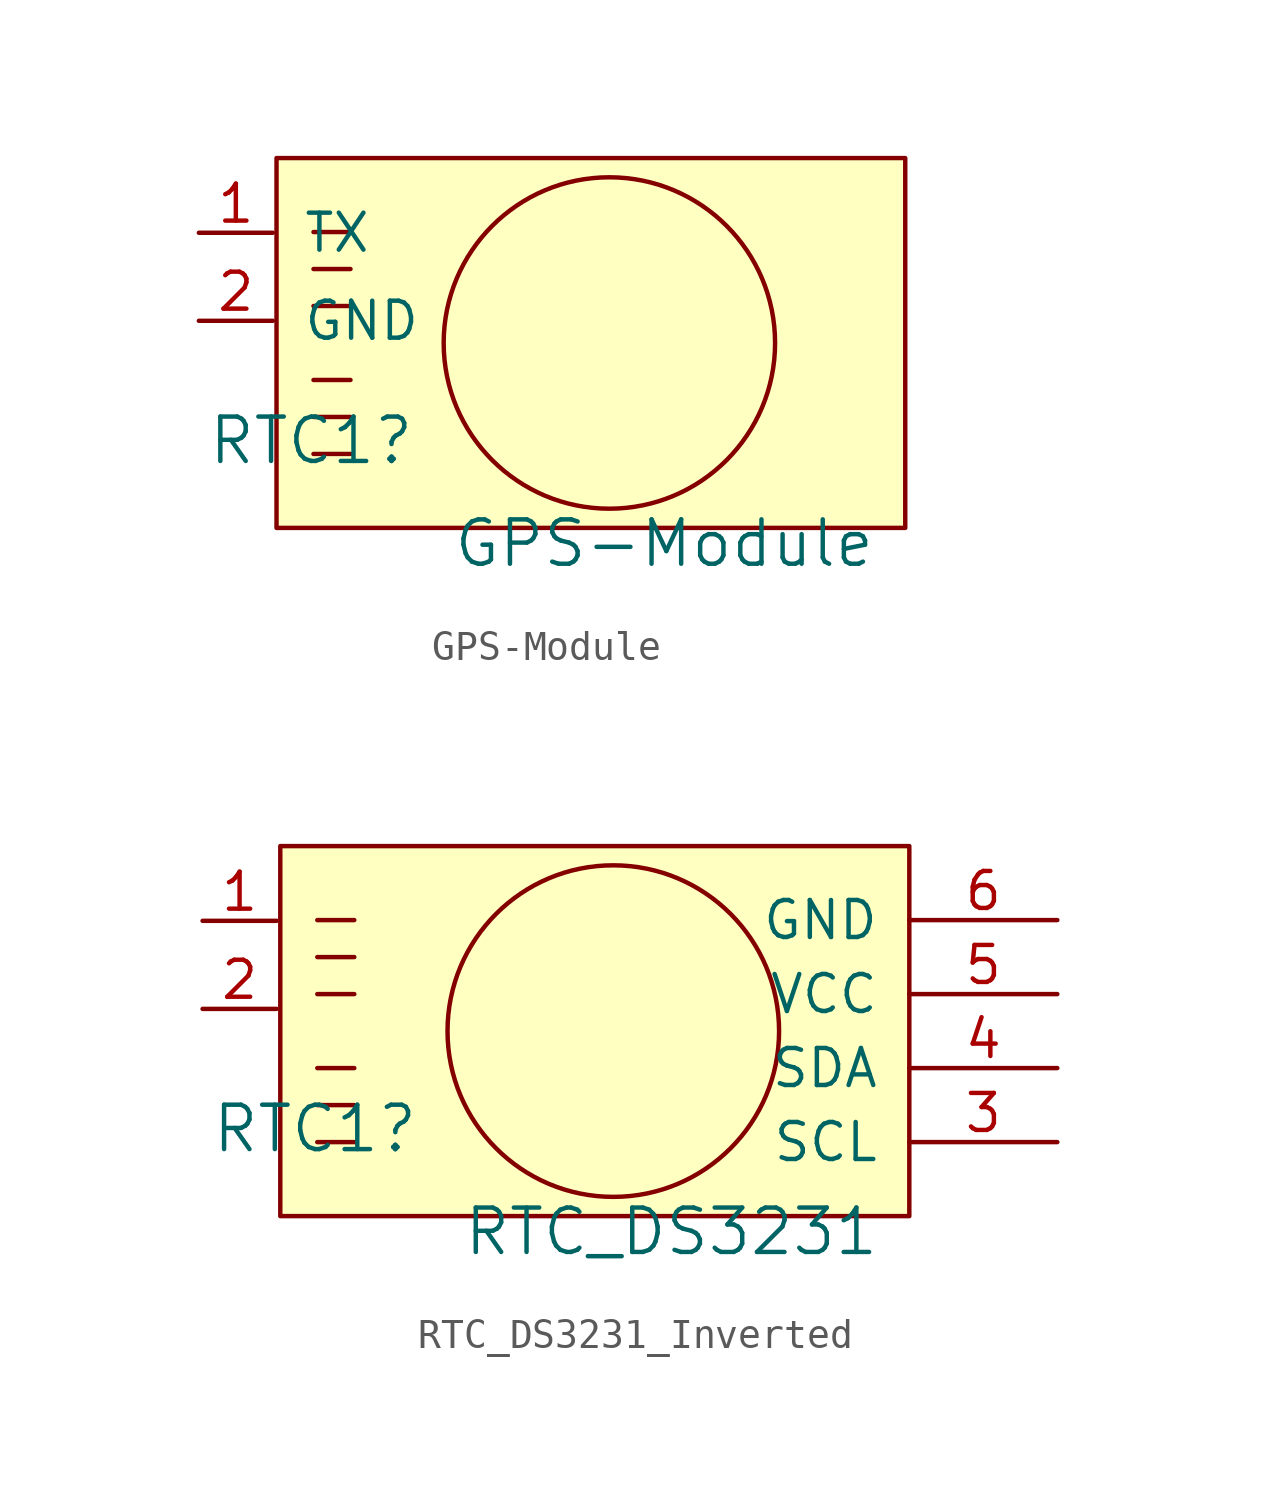
<source format=kicad_sym>
(kicad_symbol_lib
  (version 20211014)
  (generator kicad_symbol_editor)
  (symbol "GPS-Module"
    (pin_names
      (offset 1.016))
    (property "Reference" "RTC1"
      (at -6.655 -2.083 0)
      (effects (font (size 1.524 1.524)) (justify right)))
    (property "Value" "GPS-Module"
      (at 9.169 -5.613 0)
      (effects (font (size 1.524 1.524)) (justify right)))
    (symbol "GPS-Module_0_1"
      (rectangle (start -11.43 7.62) (end 10.16 -5.08) (stroke (width 0) (type default) (color 0 0 0 0)) (fill (type background)))
      (polyline (pts (xy -10.16 -2.54) (xy -8.89 -2.54)) (stroke (width 0) (type default) (color 0 0 0 0)) (fill (type none)))
      (polyline (pts (xy -10.16 -1.27) (xy -8.89 -1.27)) (stroke (width 0) (type default) (color 0 0 0 0)) (fill (type none)))
      (polyline (pts (xy -10.16 0) (xy -8.89 0)) (stroke (width 0) (type default) (color 0 0 0 0)) (fill (type none)))
      (polyline (pts (xy -10.16 2.54) (xy -8.89 2.54)) (stroke (width 0) (type default) (color 0 0 0 0)) (fill (type none)))
      (polyline (pts (xy -10.16 3.81) (xy -8.89 3.81)) (stroke (width 0) (type default) (color 0 0 0 0)) (fill (type none)))
      (polyline (pts (xy -10.16 5.08) (xy -8.89 5.08)) (stroke (width 0) (type default) (color 0 0 0 0)) (fill (type none)))
      (circle (center 0 1.27) (radius 5.69) (stroke (width 0) (type default) (color 0 0 0 0)) (fill (type none))))
    (symbol "GPS-Module_1_1"
      (pin output line (at -14.097 5.055 0) (length 2.54) (name "TX" (effects (font (size 1.27 1.27)))) (number "1" (effects (font (size 1.27 1.27)))))
      (pin power_in line (at -14.097 2.032 0) (length 2.54) (name "GND" (effects (font (size 1.27 1.27)))) (number "2" (effects (font (size 1.27 1.27)))))))
  (symbol "RTC_DS3231_Inverted"
    (pin_names
      (offset 1.016))
    (property "Reference" "RTC1"
      (at -6.655 -2.083 0)
      (effects (font (size 1.524 1.524)) (justify right)))
    (property "Value" "RTC_DS3231"
      (at 9.169 -5.613 0)
      (effects (font (size 1.524 1.524)) (justify right)))
    (symbol "RTC_DS3231_Inverted_0_1"
      (rectangle (start -11.43 7.62) (end 10.16 -5.08) (stroke (width 0) (type default) (color 0 0 0 0)) (fill (type background)))
      (polyline (pts (xy -10.16 -2.54) (xy -8.89 -2.54)) (stroke (width 0) (type default) (color 0 0 0 0)) (fill (type none)))
      (polyline (pts (xy -10.16 -1.27) (xy -8.89 -1.27)) (stroke (width 0) (type default) (color 0 0 0 0)) (fill (type none)))
      (polyline (pts (xy -10.16 0) (xy -8.89 0)) (stroke (width 0) (type default) (color 0 0 0 0)) (fill (type none)))
      (polyline (pts (xy -10.16 2.54) (xy -8.89 2.54)) (stroke (width 0) (type default) (color 0 0 0 0)) (fill (type none)))
      (polyline (pts (xy -10.16 3.81) (xy -8.89 3.81)) (stroke (width 0) (type default) (color 0 0 0 0)) (fill (type none)))
      (polyline (pts (xy -10.16 5.08) (xy -8.89 5.08)) (stroke (width 0) (type default) (color 0 0 0 0)) (fill (type none)))
      (circle (center 0 1.27) (radius 5.69) (stroke (width 0) (type default) (color 0 0 0 0)) (fill (type none))))
    (symbol "RTC_DS3231_Inverted_1_1"
      (pin free line (at -14.097 5.055 0) (length 2.54) (name "" (effects (font (size 1.27 1.27)))) (number "1" (effects (font (size 1.27 1.27)))))
      (pin free line (at -14.097 2.032 0) (length 2.54) (name "" (effects (font (size 1.27 1.27)))) (number "2" (effects (font (size 1.27 1.27)))))
      (pin input line (at 15.24 -2.54 180) (length 5.08) (name "SCL" (effects (font (size 1.27 1.27)))) (number "3" (effects (font (size 1.27 1.27)))))
      (pin bidirectional line (at 15.24 0 180) (length 5.08) (name "SDA" (effects (font (size 1.27 1.27)))) (number "4" (effects (font (size 1.27 1.27)))))
      (pin power_in line (at 15.24 2.54 180) (length 5.08) (name "VCC" (effects (font (size 1.27 1.27)))) (number "5" (effects (font (size 1.27 1.27)))))
      (pin power_in line (at 15.24 5.08 180) (length 5.08) (name "GND" (effects (font (size 1.27 1.27)))) (number "6" (effects (font (size 1.27 1.27))))))))
</source>
